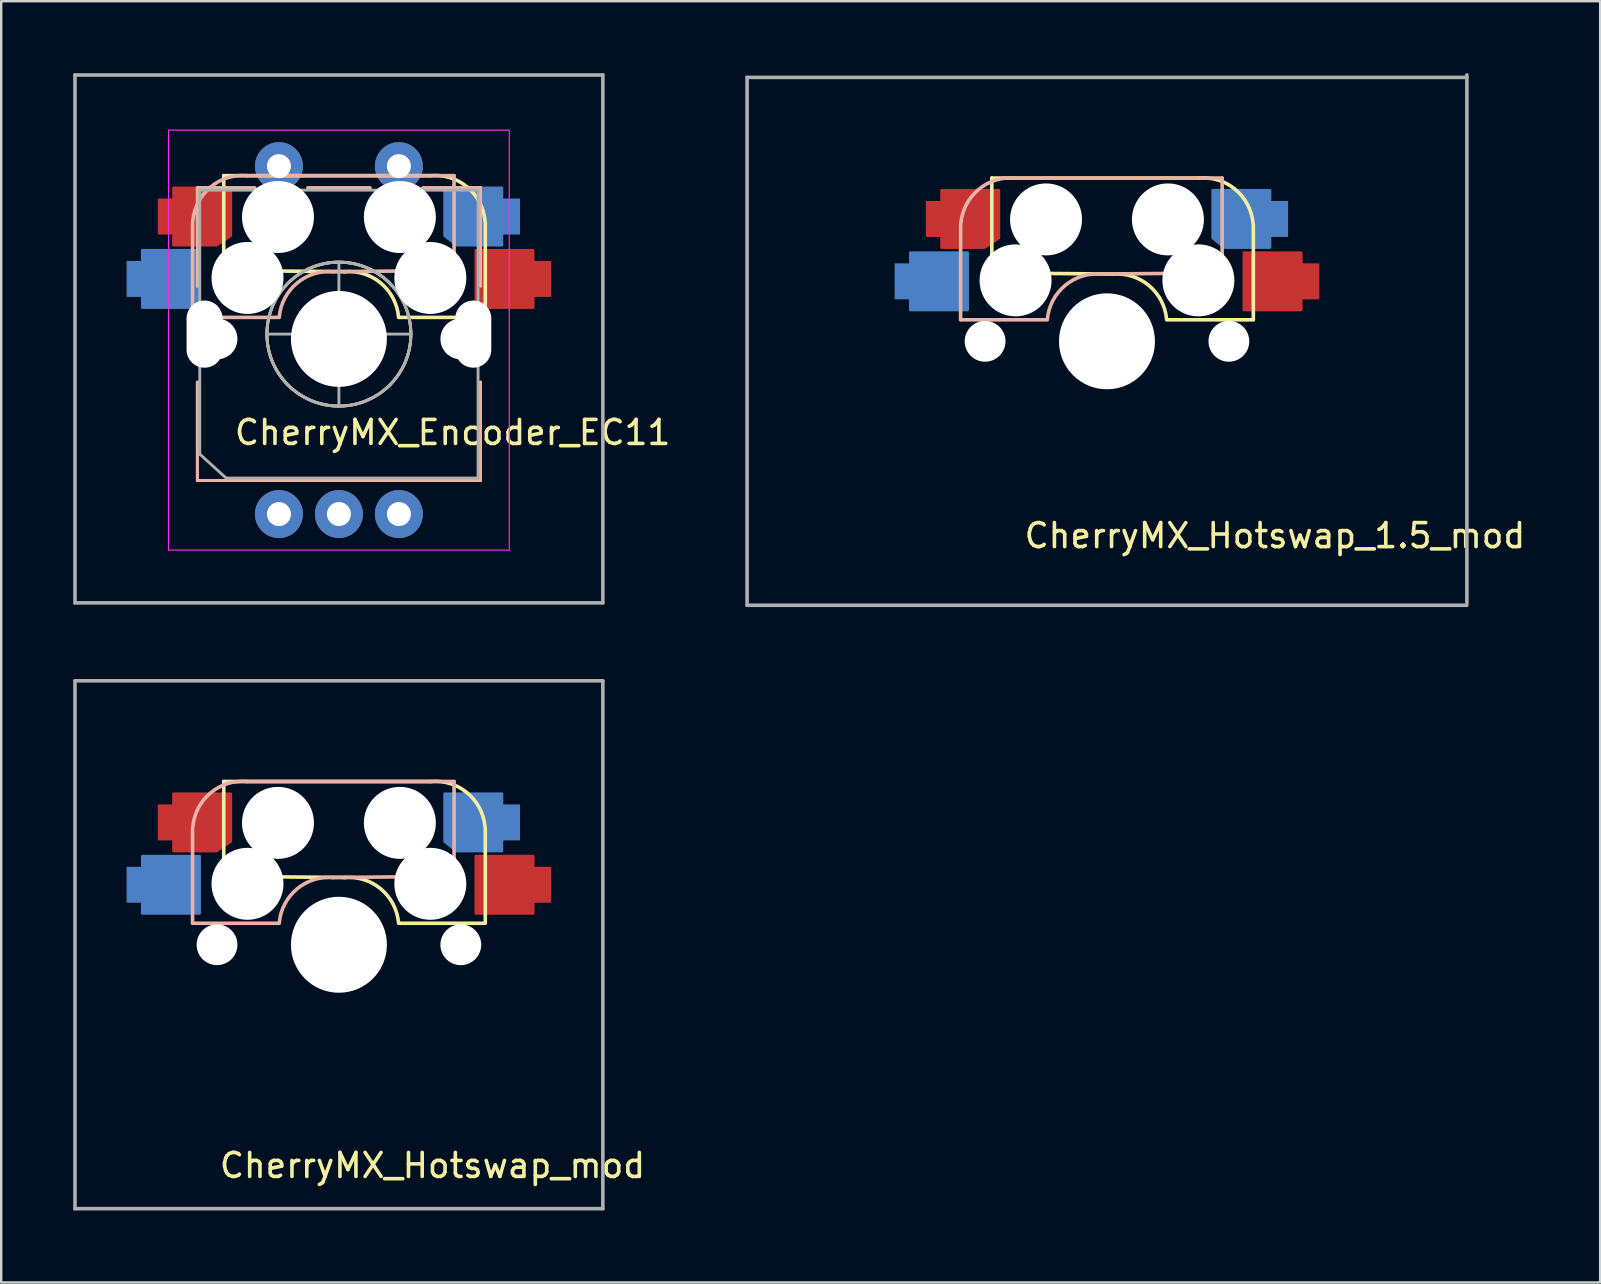
<source format=kicad_pcb>
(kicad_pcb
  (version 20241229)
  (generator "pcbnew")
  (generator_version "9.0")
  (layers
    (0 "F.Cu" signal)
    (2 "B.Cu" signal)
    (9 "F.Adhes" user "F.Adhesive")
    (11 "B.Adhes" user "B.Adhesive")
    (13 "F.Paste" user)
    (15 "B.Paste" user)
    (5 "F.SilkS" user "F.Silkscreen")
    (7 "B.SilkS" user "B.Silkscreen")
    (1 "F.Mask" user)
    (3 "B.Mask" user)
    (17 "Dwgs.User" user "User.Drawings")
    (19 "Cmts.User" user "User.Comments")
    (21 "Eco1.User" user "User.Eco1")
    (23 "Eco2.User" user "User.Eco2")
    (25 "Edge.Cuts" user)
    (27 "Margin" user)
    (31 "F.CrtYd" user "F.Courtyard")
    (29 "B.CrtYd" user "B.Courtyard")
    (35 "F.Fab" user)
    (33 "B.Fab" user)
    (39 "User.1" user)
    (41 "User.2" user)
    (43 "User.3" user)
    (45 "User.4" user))
  (footprint "CherryMX_Encoder_EC11"
    (layer "F.Cu")
    (at 11.575 10.375)
    (property "Reference" "CherryMX_Encoder_EC11" (at 4.24 4.6 0) (layer "F.SilkS") (effects (font (size 1 1) (thickness 0.15))))
    (attr through_hole)
    (fp_line (start -6.4 -5.6) (end -4 -5.6) (stroke (width 0.12) (type solid)) (layer "F.SilkS"))
    (fp_line (start -6.4 -1.5) (end -6.4 -5.6) (stroke (width 0.12) (type solid)) (layer "F.SilkS"))
    (fp_line (start -6.4 2.5) (end -6.4 6.6) (stroke (width 0.12) (type solid)) (layer "F.SilkS"))
    (fp_line (start -6.4 6.6) (end 5.4 6.6) (stroke (width 0.12) (type solid)) (layer "F.SilkS"))
    (fp_line (start -5.3 -6.104) (end 3.325 -6.104) (stroke (width 0.15) (type solid)) (layer "F.SilkS"))
    (fp_line (start -5.3 -2.196) (end -5.3 -6.104) (stroke (width 0.15) (type solid)) (layer "F.SilkS"))
    (fp_line (start -5.3 -2.15) (end -0.25 -2.104) (stroke (width 0.15) (type solid)) (layer "F.SilkS"))
    (fp_line (start -1.8 -5.6) (end 0.8 -5.6) (stroke (width 0.12) (type solid)) (layer "F.SilkS"))
    (fp_line (start -1 0.5) (end 0 0.5) (stroke (width 0.12) (type solid)) (layer "F.SilkS"))
    (fp_line (start -0.5 1) (end -0.5 0) (stroke (width 0.12) (type solid)) (layer "F.SilkS"))
    (fp_line (start 3 -5.6) (end 5.4 -5.6) (stroke (width 0.12) (type solid)) (layer "F.SilkS"))
    (fp_line (start 5.4 -5.6) (end 5.4 -1.5) (stroke (width 0.12) (type solid)) (layer "F.SilkS"))
    (fp_line (start 5.4 2.5) (end 5.4 6.6) (stroke (width 0.12) (type solid)) (layer "F.SilkS"))
    (fp_line (start 5.6 -4.15) (end 5.6 -0.205) (stroke (width 0.15) (type solid)) (layer "F.SilkS"))
    (fp_line (start 5.6 -0.196) (end 1.99 -0.196) (stroke (width 0.15) (type solid)) (layer "F.SilkS"))
    (fp_arc (start -0.275 -2.1) (mid 1.244361 -1.628062) (end 1.985001 -0.220001) (stroke (width 0.15) (type solid)) (layer "F.SilkS"))
    (fp_arc (start 3.325 -6.104) (mid 4.84719 -5.63089) (end 5.589 -4.22) (stroke (width 0.15) (type solid)) (layer "F.SilkS"))
    (fp_circle (center -0.5 0.5) (end -0.5 -2.5) (stroke (width 0.12) (type solid)) (fill no) (layer "F.SilkS"))
    (fp_line (start -6.6 -4.15) (end -6.6 -0.205) (stroke (width 0.15) (type solid)) (layer "B.SilkS"))
    (fp_line (start -6.6 -0.196) (end -2.99 -0.196) (stroke (width 0.15) (type solid)) (layer "B.SilkS"))
    (fp_line (start -6.4 -5.6) (end -4 -5.6) (stroke (width 0.12) (type solid)) (layer "B.SilkS"))
    (fp_line (start -6.4 -1.5) (end -6.4 -5.6) (stroke (width 0.12) (type solid)) (layer "B.SilkS"))
    (fp_line (start -6.4 2.5) (end -6.4 6.6) (stroke (width 0.12) (type solid)) (layer "B.SilkS"))
    (fp_line (start -6.4 6.6) (end 5.4 6.6) (stroke (width 0.12) (type solid)) (layer "B.SilkS"))
    (fp_line (start -1.8 -5.6) (end 0.8 -5.6) (stroke (width 0.12) (type solid)) (layer "B.SilkS"))
    (fp_line (start -1 0.5) (end 0 0.5) (stroke (width 0.12) (type solid)) (layer "B.SilkS"))
    (fp_line (start -0.5 1) (end -0.5 0) (stroke (width 0.12) (type solid)) (layer "B.SilkS"))
    (fp_line (start 3 -5.6) (end 5.4 -5.6) (stroke (width 0.12) (type solid)) (layer "B.SilkS"))
    (fp_line (start 4.3 -6.104) (end -4.325 -6.104) (stroke (width 0.15) (type solid)) (layer "B.SilkS"))
    (fp_line (start 4.3 -2.196) (end 4.3 -6.104) (stroke (width 0.15) (type solid)) (layer "B.SilkS"))
    (fp_line (start 4.3 -2.15) (end -0.75 -2.104) (stroke (width 0.15) (type solid)) (layer "B.SilkS"))
    (fp_line (start 5.4 -5.6) (end 5.4 -1.5) (stroke (width 0.12) (type solid)) (layer "B.SilkS"))
    (fp_line (start 5.4 2.5) (end 5.4 6.6) (stroke (width 0.12) (type solid)) (layer "B.SilkS"))
    (fp_arc (start -6.589 -4.22) (mid -5.847189 -5.63089) (end -4.325 -6.104) (stroke (width 0.15) (type solid)) (layer "B.SilkS"))
    (fp_arc (start -2.984999 -0.220001) (mid -2.24436 -1.628061) (end -0.725 -2.1) (stroke (width 0.15) (type solid)) (layer "B.SilkS"))
    (fp_circle (center -0.5 0.5) (end -0.5 -2.5) (stroke (width 0.12) (type solid)) (fill no) (layer "B.SilkS"))
    (fp_line (start -9.5 -8.3) (end 8.5 -8.3) (stroke (width 0.15) (type solid)) (layer "Eco1.User"))
    (fp_line (start -9.5 9.7) (end -9.5 -8.3) (stroke (width 0.15) (type solid)) (layer "Eco1.User"))
    (fp_line (start 8.5 -8.3) (end 8.5 9.7) (stroke (width 0.15) (type solid)) (layer "Eco1.User"))
    (fp_line (start 8.5 9.7) (end -9.5 9.7) (stroke (width 0.15) (type solid)) (layer "Eco1.User"))
    (fp_line (start -7.5 -6.3) (end 6.5 -6.3) (stroke (width 0.15) (type solid)) (layer "Eco2.User"))
    (fp_line (start -7.5 7.7) (end -7.5 -6.3) (stroke (width 0.15) (type solid)) (layer "Eco2.User"))
    (fp_line (start 6.5 -6.3) (end 6.5 7.7) (stroke (width 0.15) (type solid)) (layer "Eco2.User"))
    (fp_line (start 6.5 7.7) (end -7.5 7.7) (stroke (width 0.15) (type solid)) (layer "Eco2.User"))
    (fp_line (start -7.6 9.5) (end -7.6 -8) (stroke (width 0.05) (type solid)) (layer "F.CrtYd"))
    (fp_line (start -7.6 9.5) (end 6.6 9.5) (stroke (width 0.05) (type solid)) (layer "F.CrtYd"))
    (fp_line (start 6.6 -8) (end -7.6 -8) (stroke (width 0.05) (type solid)) (layer "F.CrtYd"))
    (fp_line (start 6.6 -8) (end 6.6 9.5) (stroke (width 0.05) (type solid)) (layer "F.CrtYd"))
    (fp_line (start -11.5 -10.3) (end -11.5 11.7) (stroke (width 0.15) (type solid)) (layer "F.Fab"))
    (fp_line (start -11.5 11.7) (end 10.5 11.7) (stroke (width 0.15) (type solid)) (layer "F.Fab"))
    (fp_line (start -6.3 -5.5) (end 5.3 -5.5) (stroke (width 0.12) (type solid)) (layer "F.Fab"))
    (fp_line (start -6.3 5.5) (end -6.3 -5.5) (stroke (width 0.12) (type solid)) (layer "F.Fab"))
    (fp_line (start -5.2 6.5) (end -6.3 5.5) (stroke (width 0.12) (type solid)) (layer "F.Fab"))
    (fp_line (start -3.5 0.5) (end 2.5 0.5) (stroke (width 0.12) (type solid)) (layer "F.Fab"))
    (fp_line (start -0.5 3.5) (end -0.5 -2.5) (stroke (width 0.12) (type solid)) (layer "F.Fab"))
    (fp_line (start 5.3 -5.5) (end 5.3 6.5) (stroke (width 0.12) (type solid)) (layer "F.Fab"))
    (fp_line (start 5.3 6.5) (end -5.2 6.5) (stroke (width 0.12) (type solid)) (layer "F.Fab"))
    (fp_line (start 10.5 -10.3) (end -11.5 -10.3) (stroke (width 0.15) (type solid)) (layer "F.Fab"))
    (fp_line (start 10.5 11.7) (end 10.5 -10.3) (stroke (width 0.15) (type solid)) (layer "F.Fab"))
    (fp_circle (center -0.5 0.5) (end -0.5 -2.5) (stroke (width 0.12) (type solid)) (fill no) (layer "F.Fab"))
    (pad "" np_thru_hole oval (at -6.1 0.5 90) (size 2.8 1.5) (drill oval 2.8 1.5) (layers "*.Cu" "*.Mask"))
    (pad "" np_thru_hole circle (at -5.58 0.7) (size 1.7 1.7) (drill 1.7) (layers "*.Cu" "*.Mask"))
    (pad "" np_thru_hole circle (at -4.31 -1.84 180) (size 3 3) (drill 3) (layers "*.Cu" "*.Mask"))
    (pad "" np_thru_hole circle (at -3.04 -4.38 180) (size 3 3) (drill 3) (layers "*.Cu" "*.Mask"))
    (pad "" np_thru_hole circle (at -0.5 0.7 90) (size 4 4) (drill 4) (layers "*.Cu" "*.Mask"))
    (pad "" np_thru_hole circle (at 2.04 -4.38 180) (size 3 3) (drill 3) (layers "*.Cu" "*.Mask"))
    (pad "" np_thru_hole circle (at 3.31 -1.84 180) (size 3 3) (drill 3) (layers "*.Cu" "*.Mask"))
    (pad "" np_thru_hole circle (at 4.58 0.7) (size 1.7 1.7) (drill 1.7) (layers "*.Cu" "*.Mask"))
    (pad "" np_thru_hole oval (at 5.1 0.5 90) (size 2.8 1.5) (drill oval 2.8 1.5) (layers "*.Cu" "*.Mask"))
    (pad "1" smd custom (at -9 -1.8) (size 0.7 1.5) (layers "B.Cu" "B.Mask" "B.Paste") (options (anchor rect)) (primitives (gr_poly (pts (xy 0.3 -1.2) (xy 2.7 -1.2) (xy 2.7 1.2) (xy 0.3 1.2)) (width 0.1) (fill yes))))
    (pad "1" smd custom (at -7.7 -4.4) (size 0.7 1.5) (layers "F.Cu" "F.Mask" "F.Paste") (options (anchor rect)) (primitives (gr_poly (pts (xy 0.3 -1.2) (xy 0.3 1.2) (xy 2.1 1.2) (xy 2.7 0.8) (xy 2.7 -1.2)) (width 0.1) (fill yes))))
    (pad "2" smd custom (at 6.7 -4.4) (size 0.7 1.5) (layers "B.Cu" "B.Mask" "B.Paste") (options (anchor rect)) (primitives (gr_poly (pts (xy -0.4 -1.2) (xy -2.8 -1.2) (xy -2.8 0.8) (xy -2.3 1.2) (xy -0.4 1.2)) (width 0.1) (fill yes))))
    (pad "2" smd custom (at 8 -1.8) (size 0.7 1.5) (layers "F.Cu" "F.Mask" "F.Paste") (options (anchor rect)) (primitives (gr_poly (pts (xy -2.8 -1.2) (xy -0.4 -1.2) (xy -0.4 1.2) (xy -2.8 1.2)) (width 0.1) (fill yes))))
    (pad "A" thru_hole circle (at -3 8 90) (size 2 2) (drill 1) (layers "*.Cu" "*.Mask"))
    (pad "B" thru_hole circle (at 2 8 90) (size 2 2) (drill 1) (layers "*.Cu" "*.Mask"))
    (pad "C" thru_hole circle (at -0.5 8 90) (size 2 2) (drill 1) (layers "*.Cu" "*.Mask"))
    (pad "S1" thru_hole circle (at 2 -6.5 90) (size 2 2) (drill 1) (layers "*.Cu" "*.Mask"))
    (pad "S2" thru_hole circle (at -3 -6.5 90) (size 2 2) (drill 1) (layers "*.Cu" "*.Mask")))
  (footprint "CherryMX_Hotswap_1.5_mod"
    (layer "F.Cu")
    (at 43.086 11.175)
    (property "Reference" "CherryMX_Hotswap_1.5_mod" (at 7 8.1 180) (layer "F.SilkS") (effects (font (size 1 1) (thickness 0.15))))
    (attr through_hole)
    (fp_line (start -4.8 -6.804) (end 3.825 -6.804) (stroke (width 0.15) (type solid)) (layer "F.SilkS"))
    (fp_line (start -4.8 -2.896) (end -4.8 -6.804) (stroke (width 0.15) (type solid)) (layer "F.SilkS"))
    (fp_line (start -4.8 -2.85) (end 0.25 -2.804) (stroke (width 0.15) (type solid)) (layer "F.SilkS"))
    (fp_line (start 6.1 -4.85) (end 6.1 -0.905) (stroke (width 0.15) (type solid)) (layer "F.SilkS"))
    (fp_line (start 6.1 -0.896) (end 2.49 -0.896) (stroke (width 0.15) (type solid)) (layer "F.SilkS"))
    (fp_arc (start 0.225 -2.8) (mid 1.744361 -2.328062) (end 2.485001 -0.920001) (stroke (width 0.15) (type solid)) (layer "F.SilkS"))
    (fp_arc (start 3.825 -6.804) (mid 5.347189 -6.33089) (end 6.089 -4.92) (stroke (width 0.15) (type solid)) (layer "F.SilkS"))
    (fp_line (start -6.1 -4.85) (end -6.1 -0.905) (stroke (width 0.15) (type solid)) (layer "B.SilkS"))
    (fp_line (start -6.1 -0.896) (end -2.49 -0.896) (stroke (width 0.15) (type solid)) (layer "B.SilkS"))
    (fp_line (start 4.8 -6.804) (end -3.825 -6.804) (stroke (width 0.15) (type solid)) (layer "B.SilkS"))
    (fp_line (start 4.8 -2.896) (end 4.8 -6.804) (stroke (width 0.15) (type solid)) (layer "B.SilkS"))
    (fp_line (start 4.8 -2.85) (end -0.25 -2.804) (stroke (width 0.15) (type solid)) (layer "B.SilkS"))
    (fp_arc (start -6.089 -4.92) (mid -5.347189 -6.33089) (end -3.825 -6.804) (stroke (width 0.15) (type solid)) (layer "B.SilkS"))
    (fp_arc (start -2.484999 -0.920001) (mid -1.74436 -2.328062) (end -0.225 -2.8) (stroke (width 0.15) (type solid)) (layer "B.SilkS"))
    (fp_line (start -14 -9) (end 14 -9) (stroke (width 0.15) (type solid)) (layer "Eco1.User"))
    (fp_line (start -14 9) (end -14 -9) (stroke (width 0.15) (type solid)) (layer "Eco1.User"))
    (fp_line (start 14 -9) (end 14 9) (stroke (width 0.15) (type solid)) (layer "Eco1.User"))
    (fp_line (start 14 9) (end -14 9) (stroke (width 0.15) (type solid)) (layer "Eco1.User"))
    (fp_line (start -7 -7) (end 7 -7) (stroke (width 0.15) (type solid)) (layer "Eco2.User"))
    (fp_line (start -7 7) (end -7 -7) (stroke (width 0.15) (type solid)) (layer "Eco2.User"))
    (fp_line (start 7 -7) (end 7 7) (stroke (width 0.15) (type solid)) (layer "Eco2.User"))
    (fp_line (start 7 7) (end -7 7) (stroke (width 0.15) (type solid)) (layer "Eco2.User"))
    (fp_line (start -15 -11) (end -15 11) (stroke (width 0.15) (type solid)) (layer "F.Fab"))
    (fp_line (start -15 11) (end 15 11) (stroke (width 0.15) (type solid)) (layer "F.Fab"))
    (fp_line (start 15 -11) (end -15 -11) (stroke (width 0.15) (type solid)) (layer "F.Fab"))
    (fp_line (start 15 10.9) (end 15 -11.1) (stroke (width 0.15) (type solid)) (layer "F.Fab"))
    (pad "" np_thru_hole circle (at -5.08 0) (size 1.7 1.7) (drill 1.7) (layers "*.Cu" "*.Mask"))
    (pad "" np_thru_hole circle (at -3.81 -2.54 180) (size 3 3) (drill 3) (layers "*.Cu" "*.Mask"))
    (pad "" np_thru_hole circle (at -2.54 -5.08 180) (size 3 3) (drill 3) (layers "*.Cu" "*.Mask"))
    (pad "" np_thru_hole circle (at 0 0 90) (size 4 4) (drill 4) (layers "*.Cu" "*.Mask"))
    (pad "" np_thru_hole circle (at 2.54 -5.08 180) (size 3 3) (drill 3) (layers "*.Cu" "*.Mask"))
    (pad "" np_thru_hole circle (at 3.81 -2.54 180) (size 3 3) (drill 3) (layers "*.Cu" "*.Mask"))
    (pad "" np_thru_hole circle (at 5.08 0) (size 1.7 1.7) (drill 1.7) (layers "*.Cu" "*.Mask"))
    (pad "1" smd custom (at -8.5 -2.5) (size 0.7 1.5) (layers "B.Cu" "B.Mask" "B.Paste") (options (anchor rect)) (primitives (gr_poly (pts (xy 2.7 1.2) (xy 0.3 1.2) (xy 0.3 -1.2) (xy 2.7 -1.2)) (width 0.1) (fill yes))))
    (pad "1" smd custom (at -7.2 -5.1) (size 0.7 1.5) (layers "F.Cu" "F.Mask" "F.Paste") (options (anchor rect)) (primitives (gr_poly (pts (xy 2.7 0.8) (xy 2.1 1.2) (xy 0.3 1.2) (xy 0.3 -1.2) (xy 2.7 -1.2)) (width 0.1) (fill yes))))
    (pad "2" smd custom (at 7.2 -5.1) (size 0.7 1.5) (layers "B.Cu" "B.Mask" "B.Paste") (options (anchor rect)) (primitives (gr_poly (pts (xy -0.4 1.2) (xy -2.3 1.2) (xy -2.8 0.8) (xy -2.8 -1.2) (xy -0.4 -1.2)) (width 0.1) (fill yes))))
    (pad "2" smd custom (at 8.5 -2.5) (size 0.7 1.5) (layers "F.Cu" "F.Mask" "F.Paste") (options (anchor rect)) (primitives (gr_poly (pts (xy -0.4 1.2) (xy -2.8 1.2) (xy -2.8 -1.2) (xy -0.4 -1.2)) (width 0.1) (fill yes)))))
  (footprint "CherryMX_Hotswap_mod"
    (layer "F.Cu")
    (at 11.075 36.325)
    (property "Reference" "CherryMX_Hotswap_mod" (at 3.9 9.2 0) (layer "F.SilkS") (effects (font (size 1 1) (thickness 0.15))))
    (attr through_hole)
    (fp_line (start -4.8 -6.804) (end 3.825 -6.804) (stroke (width 0.15) (type solid)) (layer "F.SilkS"))
    (fp_line (start -4.8 -2.896) (end -4.8 -6.804) (stroke (width 0.15) (type solid)) (layer "F.SilkS"))
    (fp_line (start -4.8 -2.85) (end 0.25 -2.804) (stroke (width 0.15) (type solid)) (layer "F.SilkS"))
    (fp_line (start 6.1 -4.85) (end 6.1 -0.905) (stroke (width 0.15) (type solid)) (layer "F.SilkS"))
    (fp_line (start 6.1 -0.896) (end 2.49 -0.896) (stroke (width 0.15) (type solid)) (layer "F.SilkS"))
    (fp_arc (start 0.225 -2.8) (mid 1.744361 -2.328062) (end 2.485001 -0.920001) (stroke (width 0.15) (type solid)) (layer "F.SilkS"))
    (fp_arc (start 3.825 -6.804) (mid 5.347189 -6.33089) (end 6.089 -4.92) (stroke (width 0.15) (type solid)) (layer "F.SilkS"))
    (fp_line (start -6.1 -4.85) (end -6.1 -0.905) (stroke (width 0.15) (type solid)) (layer "B.SilkS"))
    (fp_line (start -6.1 -0.896) (end -2.49 -0.896) (stroke (width 0.15) (type solid)) (layer "B.SilkS"))
    (fp_line (start 4.8 -6.804) (end -3.825 -6.804) (stroke (width 0.15) (type solid)) (layer "B.SilkS"))
    (fp_line (start 4.8 -2.896) (end 4.8 -6.804) (stroke (width 0.15) (type solid)) (layer "B.SilkS"))
    (fp_line (start 4.8 -2.85) (end -0.25 -2.804) (stroke (width 0.15) (type solid)) (layer "B.SilkS"))
    (fp_arc (start -6.089 -4.92) (mid -5.347189 -6.33089) (end -3.825 -6.804) (stroke (width 0.15) (type solid)) (layer "B.SilkS"))
    (fp_arc (start -2.484999 -0.920001) (mid -1.74436 -2.328062) (end -0.225 -2.8) (stroke (width 0.15) (type solid)) (layer "B.SilkS"))
    (fp_line (start -9 -9) (end 9 -9) (stroke (width 0.15) (type solid)) (layer "Eco1.User"))
    (fp_line (start -9 9) (end -9 -9) (stroke (width 0.15) (type solid)) (layer "Eco1.User"))
    (fp_line (start 9 -9) (end 9 9) (stroke (width 0.15) (type solid)) (layer "Eco1.User"))
    (fp_line (start 9 9) (end -9 9) (stroke (width 0.15) (type solid)) (layer "Eco1.User"))
    (fp_line (start -7 -7) (end 7 -7) (stroke (width 0.15) (type solid)) (layer "Eco2.User"))
    (fp_line (start -7 7) (end -7 -7) (stroke (width 0.15) (type solid)) (layer "Eco2.User"))
    (fp_line (start 7 -7) (end 7 7) (stroke (width 0.15) (type solid)) (layer "Eco2.User"))
    (fp_line (start 7 7) (end -7 7) (stroke (width 0.15) (type solid)) (layer "Eco2.User"))
    (fp_line (start -11 -11) (end -11 11) (stroke (width 0.15) (type solid)) (layer "F.Fab"))
    (fp_line (start -11 11) (end 11 11) (stroke (width 0.15) (type solid)) (layer "F.Fab"))
    (fp_line (start 11 -11) (end -11 -11) (stroke (width 0.15) (type solid)) (layer "F.Fab"))
    (fp_line (start 11 11) (end 11 -11) (stroke (width 0.15) (type solid)) (layer "F.Fab"))
    (pad "" np_thru_hole circle (at -5.08 0) (size 1.7 1.7) (drill 1.7) (layers "*.Cu" "*.Mask"))
    (pad "" np_thru_hole circle (at -3.81 -2.54 180) (size 3 3) (drill 3) (layers "*.Cu" "*.Mask"))
    (pad "" np_thru_hole circle (at -2.54 -5.08 180) (size 3 3) (drill 3) (layers "*.Cu" "*.Mask"))
    (pad "" np_thru_hole circle (at 0 0 90) (size 4 4) (drill 4) (layers "*.Cu" "*.Mask"))
    (pad "" np_thru_hole circle (at 2.54 -5.08 180) (size 3 3) (drill 3) (layers "*.Cu" "*.Mask"))
    (pad "" np_thru_hole circle (at 3.81 -2.54 180) (size 3 3) (drill 3) (layers "*.Cu" "*.Mask"))
    (pad "" np_thru_hole circle (at 5.08 0) (size 1.7 1.7) (drill 1.7) (layers "*.Cu" "*.Mask"))
    (pad "1" smd custom (at -8.5 -2.5) (size 0.7 1.5) (layers "B.Cu" "B.Mask" "B.Paste") (options (anchor rect)) (primitives (gr_poly (pts (xy 2.7 1.2) (xy 0.3 1.2) (xy 0.3 -1.2) (xy 2.7 -1.2)) (width 0.1) (fill yes))))
    (pad "1" smd custom (at -7.2 -5.1) (size 0.7 1.5) (layers "F.Cu" "F.Mask" "F.Paste") (options (anchor rect)) (primitives (gr_poly (pts (xy 2.7 0.8) (xy 2.1 1.2) (xy 0.3 1.2) (xy 0.3 -1.2) (xy 2.7 -1.2)) (width 0.1) (fill yes))))
    (pad "2" smd custom (at 7.2 -5.1) (size 0.7 1.5) (layers "B.Cu" "B.Mask" "B.Paste") (options (anchor rect)) (primitives (gr_poly (pts (xy -0.4 1.2) (xy -2.3 1.2) (xy -2.8 0.8) (xy -2.8 -1.2) (xy -0.4 -1.2)) (width 0.1) (fill yes))))
    (pad "2" smd custom (at 8.5 -2.5) (size 0.7 1.5) (layers "F.Cu" "F.Mask" "F.Paste") (options (anchor rect)) (primitives (gr_poly (pts (xy -0.4 1.2) (xy -2.8 1.2) (xy -2.8 -1.2) (xy -0.4 -1.2)) (width 0.1) (fill yes)))))
  (gr_rect
    (start -3 -3)
    (end 63.64 50.4)
    (stroke (width 0.1) (type default))
    (fill no)
    (layer "Edge.Cuts")))
</source>
